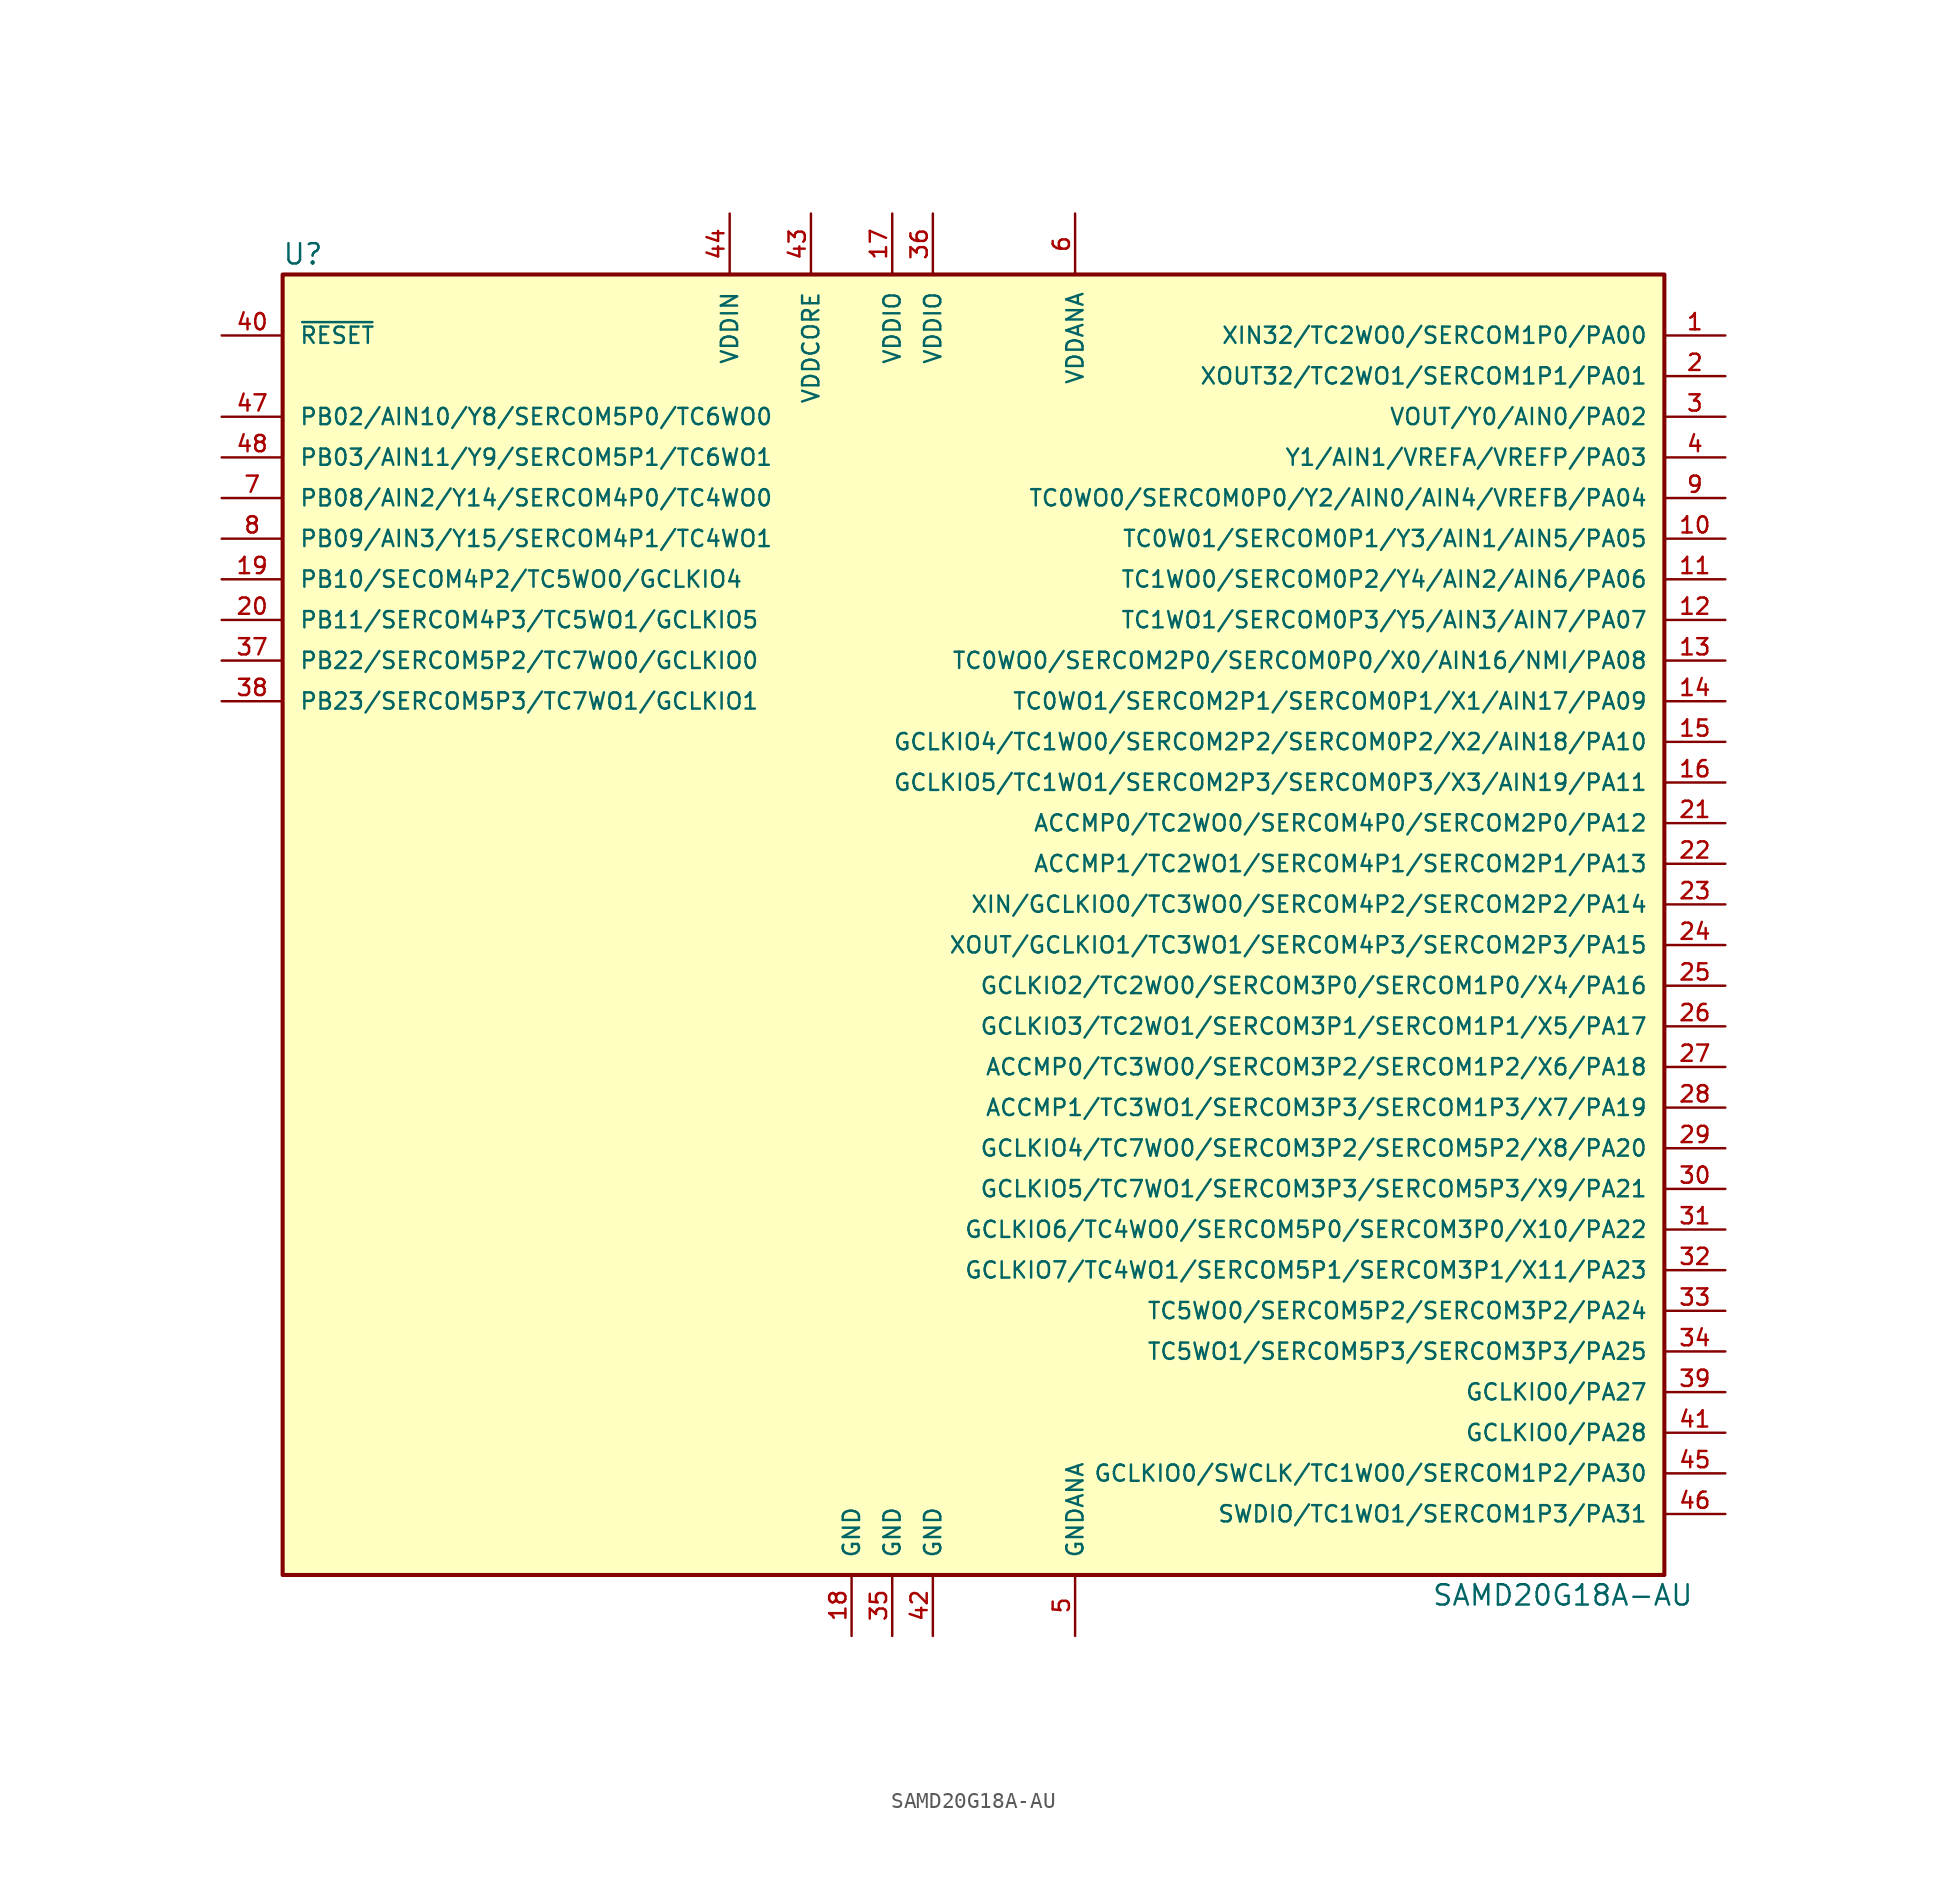
<source format=kicad_sym>
(kicad_symbol_lib
  (version 20220914)
  (generator kicad_symbol_editor)
  (symbol "SAMD20G18A-AU"
    (pin_names
      (offset 1.016))
    (property "Reference" "U"
      (at -41.91 41.91 0)
      (effects (font (size 1.27 1.27))))
    (property "Value" "SAMD20G18A-AU"
      (at 36.83 -41.91 0)
      (effects (font (size 1.27 1.27))))
    (symbol "SAMD20G18A-AU_0_1"
      (rectangle (start -43.18 40.64) (end 43.18 -40.64) (stroke (width 0.254) (type solid)) (fill (type background))))
    (symbol "SAMD20G18A-AU_1_1"
      (pin bidirectional line (at 46.99 36.83 180) (length 3.81) (name "XIN32/TC2WO0/SERCOM1P0/PA00" (effects (font (size 1.016 1.016)))) (number "1" (effects (font (size 1.016 1.016)))))
      (pin bidirectional line (at 46.99 24.13 180) (length 3.81) (name "TC0W01/SERCOM0P1/Y3/AIN1/AIN5/PA05" (effects (font (size 1.016 1.016)))) (number "10" (effects (font (size 1.016 1.016)))))
      (pin bidirectional line (at 46.99 21.59 180) (length 3.81) (name "TC1WO0/SERCOM0P2/Y4/AIN2/AIN6/PA06" (effects (font (size 1.016 1.016)))) (number "11" (effects (font (size 1.016 1.016)))))
      (pin bidirectional line (at 46.99 19.05 180) (length 3.81) (name "TC1WO1/SERCOM0P3/Y5/AIN3/AIN7/PA07" (effects (font (size 1.016 1.016)))) (number "12" (effects (font (size 1.016 1.016)))))
      (pin bidirectional line (at 46.99 16.51 180) (length 3.81) (name "TC0WO0/SERCOM2P0/SERCOM0P0/X0/AIN16/NMI/PA08" (effects (font (size 1.016 1.016)))) (number "13" (effects (font (size 1.016 1.016)))))
      (pin bidirectional line (at 46.99 13.97 180) (length 3.81) (name "TC0WO1/SERCOM2P1/SERCOM0P1/X1/AIN17/PA09" (effects (font (size 1.016 1.016)))) (number "14" (effects (font (size 1.016 1.016)))))
      (pin bidirectional line (at 46.99 11.43 180) (length 3.81) (name "GCLKIO4/TC1WO0/SERCOM2P2/SERCOM0P2/X2/AIN18/PA10" (effects (font (size 1.016 1.016)))) (number "15" (effects (font (size 1.016 1.016)))))
      (pin bidirectional line (at 46.99 8.89 180) (length 3.81) (name "GCLKIO5/TC1WO1/SERCOM2P3/SERCOM0P3/X3/AIN19/PA11" (effects (font (size 1.016 1.016)))) (number "16" (effects (font (size 1.016 1.016)))))
      (pin power_in line (at -5.08 44.45 270) (length 3.81) (name "VDDIO" (effects (font (size 1.016 1.016)))) (number "17" (effects (font (size 1.016 1.016)))))
      (pin power_in line (at -7.62 -44.45 90) (length 3.81) (name "GND" (effects (font (size 1.016 1.016)))) (number "18" (effects (font (size 1.016 1.016)))))
      (pin bidirectional line (at -46.99 21.59 0) (length 3.81) (name "PB10/SECOM4P2/TC5WO0/GCLKIO4" (effects (font (size 1.016 1.016)))) (number "19" (effects (font (size 1.016 1.016)))))
      (pin bidirectional line (at 46.99 34.29 180) (length 3.81) (name "XOUT32/TC2WO1/SERCOM1P1/PA01" (effects (font (size 1.016 1.016)))) (number "2" (effects (font (size 1.016 1.016)))))
      (pin bidirectional line (at -46.99 19.05 0) (length 3.81) (name "PB11/SERCOM4P3/TC5WO1/GCLKIO5" (effects (font (size 1.016 1.016)))) (number "20" (effects (font (size 1.016 1.016)))))
      (pin bidirectional line (at 46.99 6.35 180) (length 3.81) (name "ACCMP0/TC2WO0/SERCOM4P0/SERCOM2P0/PA12" (effects (font (size 1.016 1.016)))) (number "21" (effects (font (size 1.016 1.016)))))
      (pin bidirectional line (at 46.99 3.81 180) (length 3.81) (name "ACCMP1/TC2WO1/SERCOM4P1/SERCOM2P1/PA13" (effects (font (size 1.016 1.016)))) (number "22" (effects (font (size 1.016 1.016)))))
      (pin bidirectional line (at 46.99 1.27 180) (length 3.81) (name "XIN/GCLKIO0/TC3WO0/SERCOM4P2/SERCOM2P2/PA14" (effects (font (size 1.016 1.016)))) (number "23" (effects (font (size 1.016 1.016)))))
      (pin bidirectional line (at 46.99 -1.27 180) (length 3.81) (name "XOUT/GCLKIO1/TC3WO1/SERCOM4P3/SERCOM2P3/PA15" (effects (font (size 1.016 1.016)))) (number "24" (effects (font (size 1.016 1.016)))))
      (pin bidirectional line (at 46.99 -3.81 180) (length 3.81) (name "GCLKIO2/TC2WO0/SERCOM3P0/SERCOM1P0/X4/PA16" (effects (font (size 1.016 1.016)))) (number "25" (effects (font (size 1.016 1.016)))))
      (pin bidirectional line (at 46.99 -6.35 180) (length 3.81) (name "GCLKIO3/TC2WO1/SERCOM3P1/SERCOM1P1/X5/PA17" (effects (font (size 1.016 1.016)))) (number "26" (effects (font (size 1.016 1.016)))))
      (pin bidirectional line (at 46.99 -8.89 180) (length 3.81) (name "ACCMP0/TC3WO0/SERCOM3P2/SERCOM1P2/X6/PA18" (effects (font (size 1.016 1.016)))) (number "27" (effects (font (size 1.016 1.016)))))
      (pin bidirectional line (at 46.99 -11.43 180) (length 3.81) (name "ACCMP1/TC3WO1/SERCOM3P3/SERCOM1P3/X7/PA19" (effects (font (size 1.016 1.016)))) (number "28" (effects (font (size 1.016 1.016)))))
      (pin bidirectional line (at 46.99 -13.97 180) (length 3.81) (name "GCLKIO4/TC7WO0/SERCOM3P2/SERCOM5P2/X8/PA20" (effects (font (size 1.016 1.016)))) (number "29" (effects (font (size 1.016 1.016)))))
      (pin bidirectional line (at 46.99 31.75 180) (length 3.81) (name "VOUT/Y0/AIN0/PA02" (effects (font (size 1.016 1.016)))) (number "3" (effects (font (size 1.016 1.016)))))
      (pin bidirectional line (at 46.99 -16.51 180) (length 3.81) (name "GCLKIO5/TC7WO1/SERCOM3P3/SERCOM5P3/X9/PA21" (effects (font (size 1.016 1.016)))) (number "30" (effects (font (size 1.016 1.016)))))
      (pin bidirectional line (at 46.99 -19.05 180) (length 3.81) (name "GCLKIO6/TC4WO0/SERCOM5P0/SERCOM3P0/X10/PA22" (effects (font (size 1.016 1.016)))) (number "31" (effects (font (size 1.016 1.016)))))
      (pin bidirectional line (at 46.99 -21.59 180) (length 3.81) (name "GCLKIO7/TC4WO1/SERCOM5P1/SERCOM3P1/X11/PA23" (effects (font (size 1.016 1.016)))) (number "32" (effects (font (size 1.016 1.016)))))
      (pin bidirectional line (at 46.99 -24.13 180) (length 3.81) (name "TC5WO0/SERCOM5P2/SERCOM3P2/PA24" (effects (font (size 1.016 1.016)))) (number "33" (effects (font (size 1.016 1.016)))))
      (pin bidirectional line (at 46.99 -26.67 180) (length 3.81) (name "TC5WO1/SERCOM5P3/SERCOM3P3/PA25" (effects (font (size 1.016 1.016)))) (number "34" (effects (font (size 1.016 1.016)))))
      (pin power_in line (at -5.08 -44.45 90) (length 3.81) (name "GND" (effects (font (size 1.016 1.016)))) (number "35" (effects (font (size 1.016 1.016)))))
      (pin power_in line (at -2.54 44.45 270) (length 3.81) (name "VDDIO" (effects (font (size 1.016 1.016)))) (number "36" (effects (font (size 1.016 1.016)))))
      (pin bidirectional line (at -46.99 16.51 0) (length 3.81) (name "PB22/SERCOM5P2/TC7WO0/GCLKIO0" (effects (font (size 1.016 1.016)))) (number "37" (effects (font (size 1.016 1.016)))))
      (pin bidirectional line (at -46.99 13.97 0) (length 3.81) (name "PB23/SERCOM5P3/TC7WO1/GCLKIO1" (effects (font (size 1.016 1.016)))) (number "38" (effects (font (size 1.016 1.016)))))
      (pin bidirectional line (at 46.99 -29.21 180) (length 3.81) (name "GCLKIO0/PA27" (effects (font (size 1.016 1.016)))) (number "39" (effects (font (size 1.016 1.016)))))
      (pin bidirectional line (at 46.99 29.21 180) (length 3.81) (name "Y1/AIN1/VREFA/VREFP/PA03" (effects (font (size 1.016 1.016)))) (number "4" (effects (font (size 1.016 1.016)))))
      (pin input line (at -46.99 36.83 0) (length 3.81) (name "~{RESET}" (effects (font (size 1.016 1.016)))) (number "40" (effects (font (size 1.016 1.016)))))
      (pin bidirectional line (at 46.99 -31.75 180) (length 3.81) (name "GCLKIO0/PA28" (effects (font (size 1.016 1.016)))) (number "41" (effects (font (size 1.016 1.016)))))
      (pin power_in line (at -2.54 -44.45 90) (length 3.81) (name "GND" (effects (font (size 1.016 1.016)))) (number "42" (effects (font (size 1.016 1.016)))))
      (pin passive line (at -10.16 44.45 270) (length 3.81) (name "VDDCORE" (effects (font (size 1.016 1.016)))) (number "43" (effects (font (size 1.016 1.016)))))
      (pin power_in line (at -15.24 44.45 270) (length 3.81) (name "VDDIN" (effects (font (size 1.016 1.016)))) (number "44" (effects (font (size 1.016 1.016)))))
      (pin bidirectional line (at 46.99 -34.29 180) (length 3.81) (name "GCLKIO0/SWCLK/TC1WO0/SERCOM1P2/PA30" (effects (font (size 1.016 1.016)))) (number "45" (effects (font (size 1.016 1.016)))))
      (pin bidirectional line (at 46.99 -36.83 180) (length 3.81) (name "SWDIO/TC1WO1/SERCOM1P3/PA31" (effects (font (size 1.016 1.016)))) (number "46" (effects (font (size 1.016 1.016)))))
      (pin bidirectional line (at -46.99 31.75 0) (length 3.81) (name "PB02/AIN10/Y8/SERCOM5P0/TC6WO0" (effects (font (size 1.016 1.016)))) (number "47" (effects (font (size 1.016 1.016)))))
      (pin bidirectional line (at -46.99 29.21 0) (length 3.81) (name "PB03/AIN11/Y9/SERCOM5P1/TC6WO1" (effects (font (size 1.016 1.016)))) (number "48" (effects (font (size 1.016 1.016)))))
      (pin power_in line (at 6.35 -44.45 90) (length 3.81) (name "GNDANA" (effects (font (size 1.016 1.016)))) (number "5" (effects (font (size 1.016 1.016)))))
      (pin power_in line (at 6.35 44.45 270) (length 3.81) (name "VDDANA" (effects (font (size 1.016 1.016)))) (number "6" (effects (font (size 1.016 1.016)))))
      (pin bidirectional line (at -46.99 26.67 0) (length 3.81) (name "PB08/AIN2/Y14/SERCOM4P0/TC4WO0" (effects (font (size 1.016 1.016)))) (number "7" (effects (font (size 1.016 1.016)))))
      (pin bidirectional line (at -46.99 24.13 0) (length 3.81) (name "PB09/AIN3/Y15/SERCOM4P1/TC4WO1" (effects (font (size 1.016 1.016)))) (number "8" (effects (font (size 1.016 1.016)))))
      (pin bidirectional line (at 46.99 26.67 180) (length 3.81) (name "TC0WO0/SERCOM0P0/Y2/AIN0/AIN4/VREFB/PA04" (effects (font (size 1.016 1.016)))) (number "9" (effects (font (size 1.016 1.016))))))))
</source>
